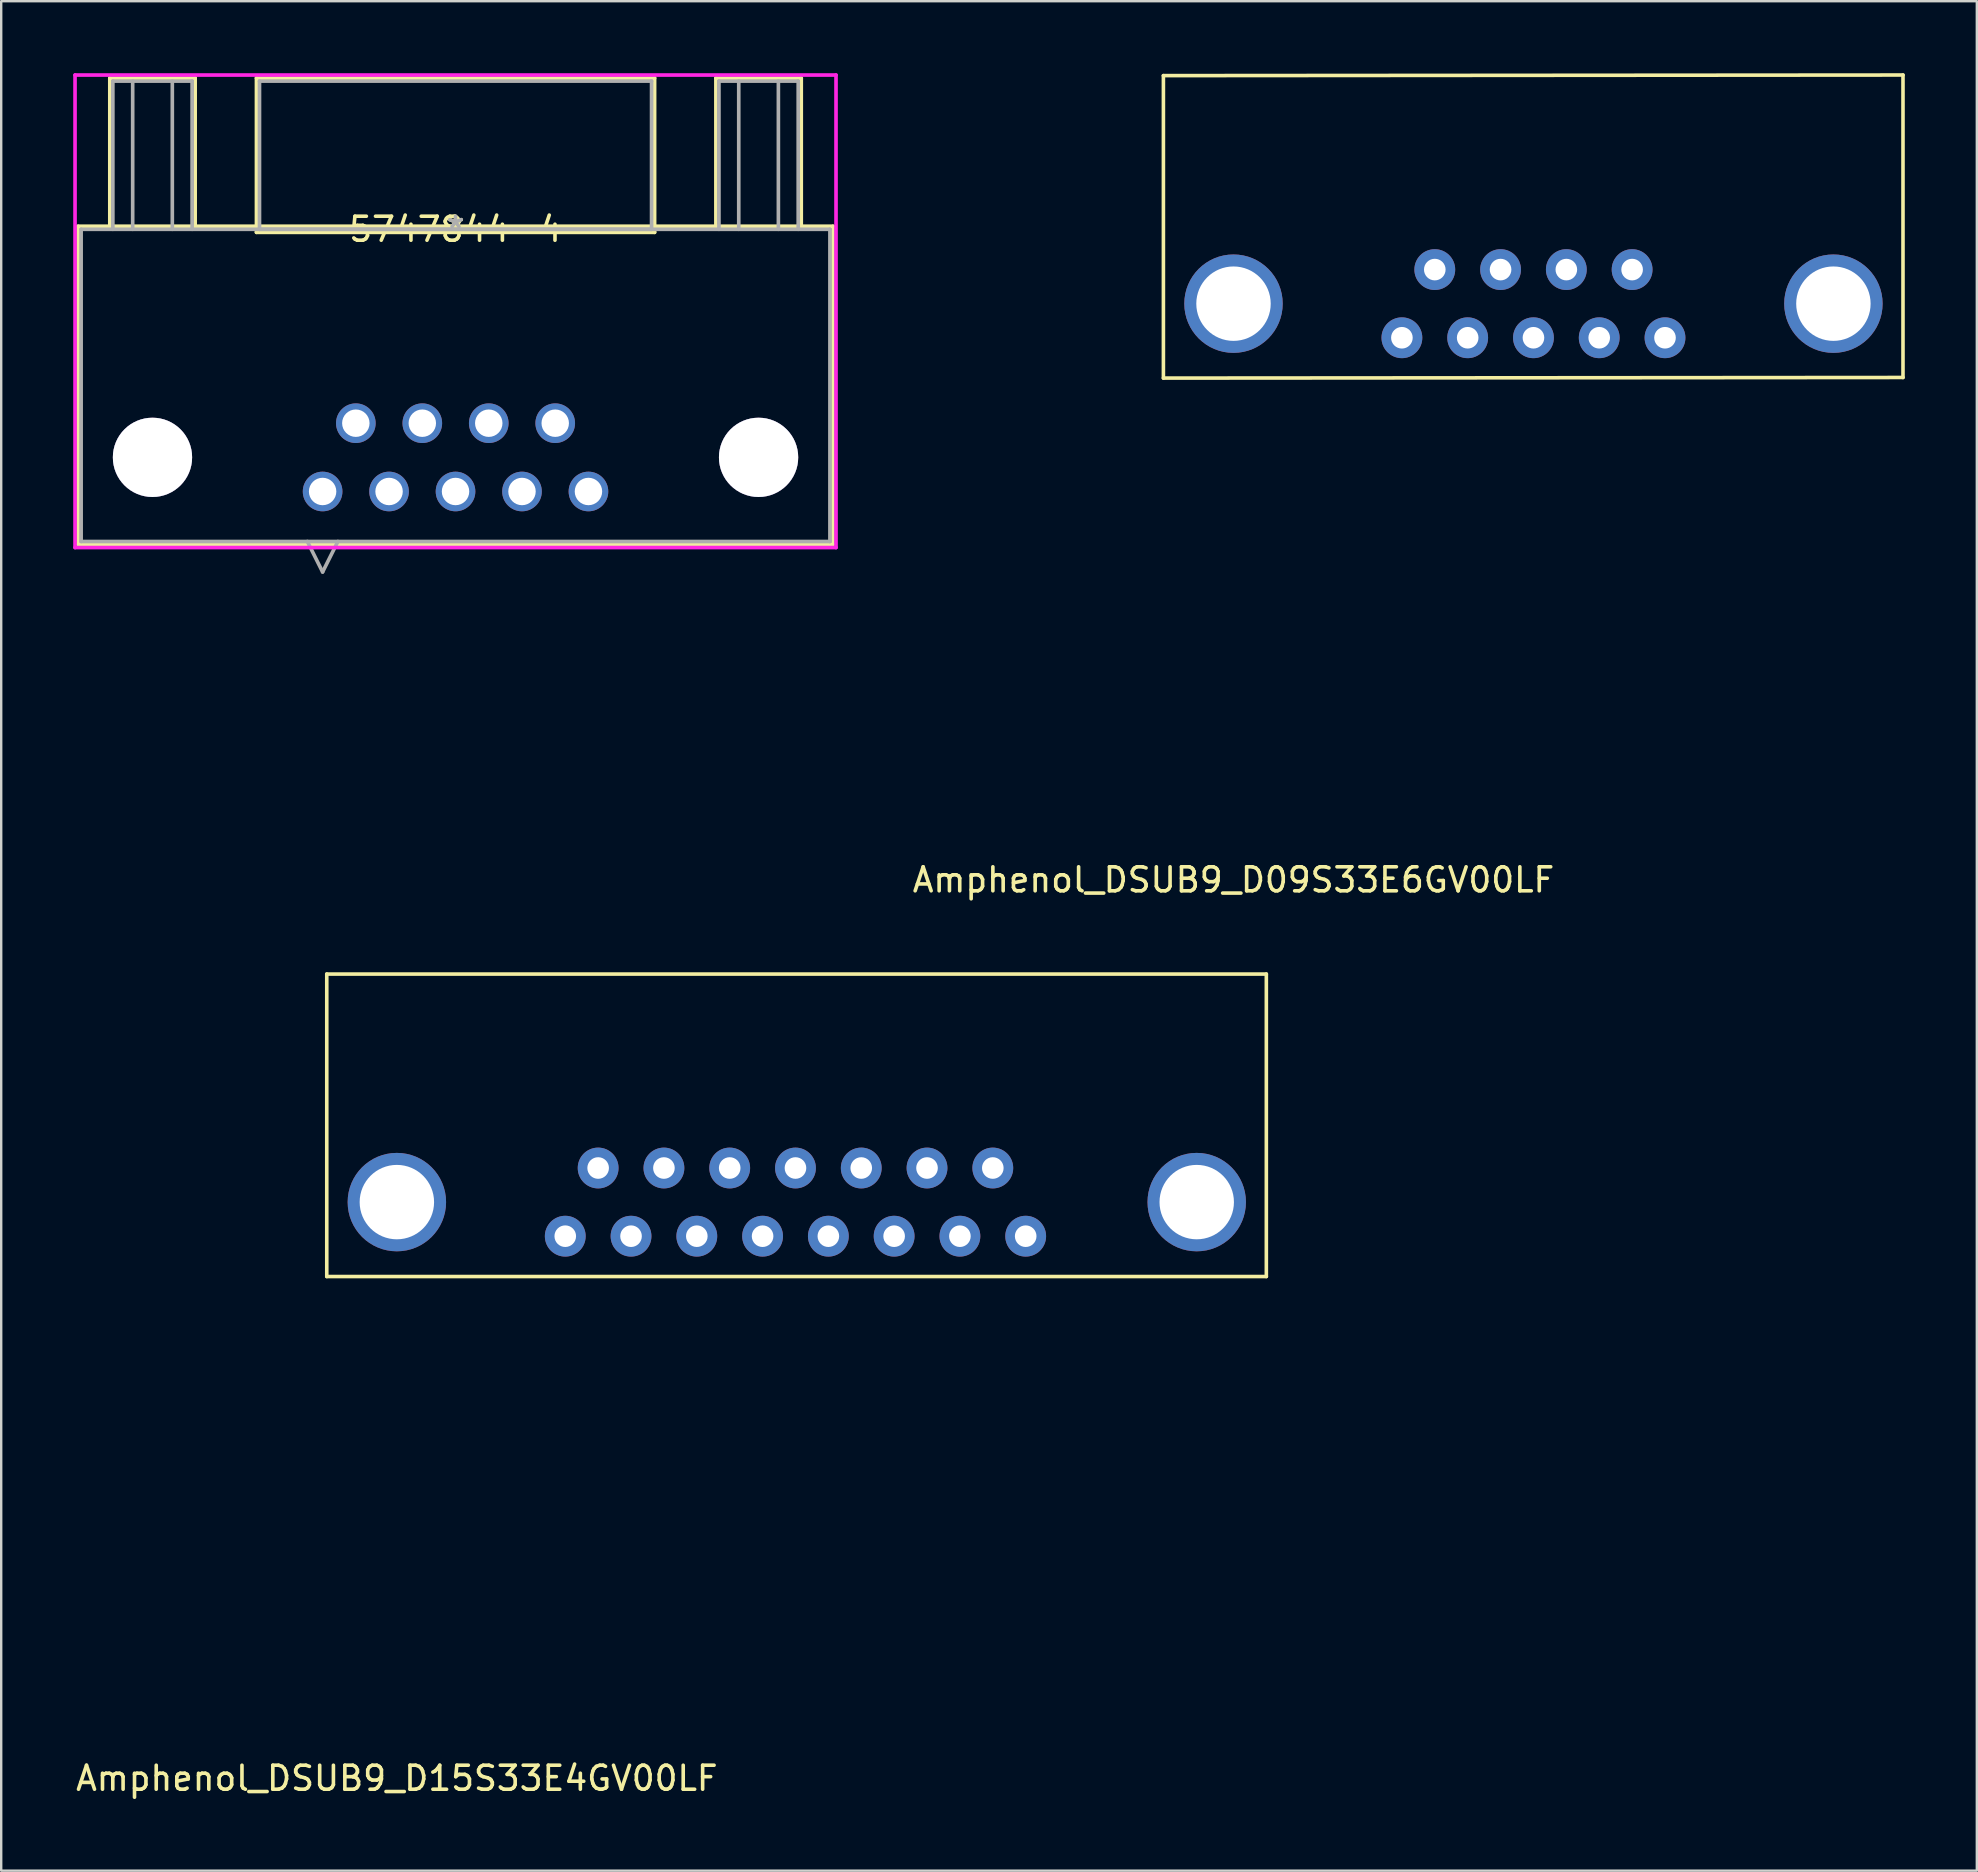
<source format=kicad_pcb>
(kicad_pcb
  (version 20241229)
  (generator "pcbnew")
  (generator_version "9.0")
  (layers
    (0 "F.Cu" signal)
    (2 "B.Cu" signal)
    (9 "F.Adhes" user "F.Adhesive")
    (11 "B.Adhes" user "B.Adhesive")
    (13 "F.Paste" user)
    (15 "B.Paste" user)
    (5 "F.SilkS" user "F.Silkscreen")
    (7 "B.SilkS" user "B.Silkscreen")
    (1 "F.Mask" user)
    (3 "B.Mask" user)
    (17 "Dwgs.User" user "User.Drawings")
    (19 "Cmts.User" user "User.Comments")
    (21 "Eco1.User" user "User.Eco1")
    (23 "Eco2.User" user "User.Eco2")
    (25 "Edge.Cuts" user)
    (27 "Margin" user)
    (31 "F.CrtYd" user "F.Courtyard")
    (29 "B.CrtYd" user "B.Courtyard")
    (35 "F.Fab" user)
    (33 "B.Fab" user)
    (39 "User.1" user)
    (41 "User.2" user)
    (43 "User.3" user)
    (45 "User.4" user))
  (footprint "Amphenol_DSUB9_D09S33E6GV00LF"
    (layer "F.Cu")
    (at 48.334 9.6)
    (property "Reference" "Amphenol_DSUB9_D09S33E6GV00LF" (at 0 24.003 0) (layer "F.SilkS") (effects (font (size 1 1) (thickness 0.15))))
    (attr through_hole)
    (fp_line (start -2.921 -9.5) (end 27.889 -9.525) (stroke (width 0.15) (type solid)) (layer "F.SilkS"))
    (fp_line (start -2.92 -9.5) (end -2.92 3.1) (stroke (width 0.15) (type solid)) (layer "F.SilkS"))
    (fp_line (start -2.92 3.1) (end 27.89 3.075) (stroke (width 0.15) (type solid)) (layer "F.SilkS"))
    (fp_line (start 27.889 -9.525) (end 27.889 3.075) (stroke (width 0.15) (type solid)) (layer "F.SilkS"))
    (pad "" thru_hole circle (at 0 0) (size 4.1 4.1) (drill 3.1) (layers "*.Cu" "*.Mask"))
    (pad "" thru_hole circle (at 24.99 0) (size 4.1 4.1) (drill 3.1) (layers "*.Cu" "*.Mask"))
    (pad "1" thru_hole circle (at 7.015 1.42) (size 1.7 1.7) (drill 0.9) (layers "*.Cu" "*.Mask"))
    (pad "2" thru_hole circle (at 9.755 1.42) (size 1.7 1.7) (drill 0.9) (layers "*.Cu" "*.Mask"))
    (pad "3" thru_hole circle (at 12.495 1.42) (size 1.7 1.7) (drill 0.9) (layers "*.Cu" "*.Mask"))
    (pad "4" thru_hole circle (at 15.235 1.42) (size 1.7 1.7) (drill 0.9) (layers "*.Cu" "*.Mask"))
    (pad "5" thru_hole circle (at 17.975 1.42) (size 1.7 1.7) (drill 0.9) (layers "*.Cu" "*.Mask"))
    (pad "6" thru_hole circle (at 8.385 -1.42) (size 1.7 1.7) (drill 0.9) (layers "*.Cu" "*.Mask"))
    (pad "7" thru_hole circle (at 11.125 -1.42) (size 1.7 1.7) (drill 0.9) (layers "*.Cu" "*.Mask"))
    (pad "8" thru_hole circle (at 13.865 -1.42) (size 1.7 1.7) (drill 0.9) (layers "*.Cu" "*.Mask"))
    (pad "9" thru_hole circle (at 16.605 -1.42) (size 1.7 1.7) (drill 0.9) (layers "*.Cu" "*.Mask")))
  (footprint "5747844-4"
    (layer "F.Cu")
    (at 15.926 6.502)
    (property "Reference" "5747844-4" (at 0 0 0) (layer "F.SilkS") (effects (font (size 1 1) (thickness 0.15))))
    (attr through_hole)
    (fp_line (start -15.723 -0.127) (end -15.723 13.132) (stroke (width 0.152) (type solid)) (layer "F.SilkS"))
    (fp_line (start -15.723 13.132) (end 15.723 13.132) (stroke (width 0.152) (type solid)) (layer "F.SilkS"))
    (fp_line (start -14.402 -6.299) (end -10.846 -6.299) (stroke (width 0.152) (type solid)) (layer "F.SilkS"))
    (fp_line (start -14.402 -0.127) (end -14.402 -6.299) (stroke (width 0.152) (type solid)) (layer "F.SilkS"))
    (fp_line (start -10.846 -6.299) (end -10.846 -0.127) (stroke (width 0.152) (type solid)) (layer "F.SilkS"))
    (fp_line (start -8.293 -6.299) (end -8.293 0.127) (stroke (width 0.152) (type solid)) (layer "F.SilkS"))
    (fp_line (start -8.293 0.127) (end 8.293 0.127) (stroke (width 0.152) (type solid)) (layer "F.SilkS"))
    (fp_line (start 8.293 -6.299) (end -8.293 -6.299) (stroke (width 0.152) (type solid)) (layer "F.SilkS"))
    (fp_line (start 8.293 0.127) (end 8.293 -6.299) (stroke (width 0.152) (type solid)) (layer "F.SilkS"))
    (fp_line (start 10.846 -6.299) (end 14.402 -6.299) (stroke (width 0.152) (type solid)) (layer "F.SilkS"))
    (fp_line (start 10.846 -0.127) (end 10.846 -6.299) (stroke (width 0.152) (type solid)) (layer "F.SilkS"))
    (fp_line (start 14.402 -6.299) (end 14.402 -0.127) (stroke (width 0.152) (type solid)) (layer "F.SilkS"))
    (fp_line (start 15.723 -0.127) (end -15.723 -0.127) (stroke (width 0.152) (type solid)) (layer "F.SilkS"))
    (fp_line (start 15.723 13.132) (end 15.723 -0.127) (stroke (width 0.152) (type solid)) (layer "F.SilkS"))
    (fp_line (start -15.85 -6.426) (end -15.85 13.259) (stroke (width 0.152) (type solid)) (layer "F.CrtYd"))
    (fp_line (start -15.85 13.259) (end 15.85 13.259) (stroke (width 0.152) (type solid)) (layer "F.CrtYd"))
    (fp_line (start 15.85 -6.426) (end -15.85 -6.426) (stroke (width 0.152) (type solid)) (layer "F.CrtYd"))
    (fp_line (start 15.85 13.259) (end 15.85 -6.426) (stroke (width 0.152) (type solid)) (layer "F.CrtYd"))
    (fp_line (start -15.596 0) (end -15.596 13.005) (stroke (width 0.152) (type solid)) (layer "F.Fab"))
    (fp_line (start -15.596 13.005) (end 15.596 13.005) (stroke (width 0.152) (type solid)) (layer "F.Fab"))
    (fp_line (start -14.275 -6.172) (end -10.973 -6.172) (stroke (width 0.152) (type solid)) (layer "F.Fab"))
    (fp_line (start -14.275 0) (end -14.275 -6.172) (stroke (width 0.152) (type solid)) (layer "F.Fab"))
    (fp_line (start -13.449 0) (end -13.449 -6.172) (stroke (width 0.152) (type solid)) (layer "F.Fab"))
    (fp_line (start -11.798 -6.172) (end -11.798 0) (stroke (width 0.152) (type solid)) (layer "F.Fab"))
    (fp_line (start -10.973 -6.172) (end -10.973 0) (stroke (width 0.152) (type solid)) (layer "F.Fab"))
    (fp_line (start -8.166 -6.172) (end -8.166 0) (stroke (width 0.152) (type solid)) (layer "F.Fab"))
    (fp_line (start -8.166 0) (end 8.166 0) (stroke (width 0.152) (type solid)) (layer "F.Fab"))
    (fp_line (start -6.172 13.005) (end -5.537 14.275) (stroke (width 0.152) (type solid)) (layer "F.Fab"))
    (fp_line (start -4.902 13.005) (end -5.537 14.275) (stroke (width 0.152) (type solid)) (layer "F.Fab"))
    (fp_line (start 8.166 -6.172) (end -8.166 -6.172) (stroke (width 0.152) (type solid)) (layer "F.Fab"))
    (fp_line (start 8.166 0) (end 8.166 -6.172) (stroke (width 0.152) (type solid)) (layer "F.Fab"))
    (fp_line (start 10.973 -6.172) (end 14.275 -6.172) (stroke (width 0.152) (type solid)) (layer "F.Fab"))
    (fp_line (start 10.973 0) (end 10.973 -6.172) (stroke (width 0.152) (type solid)) (layer "F.Fab"))
    (fp_line (start 11.798 0) (end 11.798 -6.172) (stroke (width 0.152) (type solid)) (layer "F.Fab"))
    (fp_line (start 13.449 -6.172) (end 13.449 0) (stroke (width 0.152) (type solid)) (layer "F.Fab"))
    (fp_line (start 14.275 -6.172) (end 14.275 0) (stroke (width 0.152) (type solid)) (layer "F.Fab"))
    (fp_line (start 15.596 0) (end -15.596 0) (stroke (width 0.152) (type solid)) (layer "F.Fab"))
    (fp_line (start 15.596 13.005) (end 15.596 0) (stroke (width 0.152) (type solid)) (layer "F.Fab"))
    (fp_text user "*" (at 0 0 0) (layer "F.SilkS") (effects (font (size 1 1) (thickness 0.15))))
    (fp_text user "Copyright 2016 Accelerated Designs. All rights reserved." (at 0 0 0) (layer "Cmts.User") (effects (font (size 0.127 0.127) (thickness 0.002))))
    (fp_text user "*" (at 0 0 0) (layer "F.Fab") (effects (font (size 1 1) (thickness 0.15))))
    (pad "1" thru_hole circle (at -5.537 10.922) (size 1.651 1.651) (drill 1.143) (layers "*.Cu" "*.Mask"))
    (pad "2" thru_hole circle (at -2.769 10.922) (size 1.651 1.651) (drill 1.143) (layers "*.Cu" "*.Mask"))
    (pad "3" thru_hole circle (at 0 10.922) (size 1.651 1.651) (drill 1.143) (layers "*.Cu" "*.Mask"))
    (pad "4" thru_hole circle (at 2.769 10.922) (size 1.651 1.651) (drill 1.143) (layers "*.Cu" "*.Mask"))
    (pad "5" thru_hole circle (at 5.537 10.922) (size 1.651 1.651) (drill 1.143) (layers "*.Cu" "*.Mask"))
    (pad "6" thru_hole circle (at -4.153 8.077) (size 1.651 1.651) (drill 1.143) (layers "*.Cu" "*.Mask"))
    (pad "7" thru_hole circle (at -1.384 8.077) (size 1.651 1.651) (drill 1.143) (layers "*.Cu" "*.Mask"))
    (pad "8" thru_hole circle (at 1.384 8.077) (size 1.651 1.651) (drill 1.143) (layers "*.Cu" "*.Mask"))
    (pad "9" thru_hole circle (at 4.153 8.077) (size 1.651 1.651) (drill 1.143) (layers "*.Cu" "*.Mask"))
    (pad "10" thru_hole circle (at -12.624 9.5) (size 3.302 3.302) (drill 3.302) (layers "*.Cu" "*.Mask"))
    (pad "11" thru_hole circle (at 12.624 9.5) (size 3.302 3.302) (drill 3.302) (layers "*.Cu" "*.Mask")))
  (footprint "Amphenol_DSUB9_D15S33E4GV00LF"
    (layer "F.Cu")
    (at 13.482 47.026)
    (property "Reference" "Amphenol_DSUB9_D15S33E4GV00LF" (at 0 24.003 0) (layer "F.SilkS") (effects (font (size 1 1) (thickness 0.15))))
    (attr through_hole)
    (fp_line (start -2.92 -9.5) (end -2.92 3.1) (stroke (width 0.15) (type solid)) (layer "F.SilkS"))
    (fp_line (start -2.92 -9.5) (end 36.22 -9.5) (stroke (width 0.15) (type solid)) (layer "F.SilkS"))
    (fp_line (start -2.92 3.1) (end 36.22 3.1) (stroke (width 0.15) (type solid)) (layer "F.SilkS"))
    (fp_line (start 36.22 -9.5) (end 36.22 3.1) (stroke (width 0.15) (type solid)) (layer "F.SilkS"))
    (pad "" thru_hole circle (at 0 0) (size 4.1 4.1) (drill 3.1) (layers "*.Cu" "*.Mask"))
    (pad "" thru_hole circle (at 33.32 0) (size 4.1 4.1) (drill 3.1) (layers "*.Cu" "*.Mask"))
    (pad "1" thru_hole circle (at 7.015 1.42) (size 1.7 1.7) (drill 0.9) (layers "*.Cu" "*.Mask"))
    (pad "2" thru_hole circle (at 9.755 1.42) (size 1.7 1.7) (drill 0.9) (layers "*.Cu" "*.Mask"))
    (pad "3" thru_hole circle (at 12.495 1.42) (size 1.7 1.7) (drill 0.9) (layers "*.Cu" "*.Mask"))
    (pad "4" thru_hole circle (at 15.235 1.42) (size 1.7 1.7) (drill 0.9) (layers "*.Cu" "*.Mask"))
    (pad "5" thru_hole circle (at 17.975 1.42) (size 1.7 1.7) (drill 0.9) (layers "*.Cu" "*.Mask"))
    (pad "6" thru_hole circle (at 20.715 1.42) (size 1.7 1.7) (drill 0.9) (layers "*.Cu" "*.Mask"))
    (pad "7" thru_hole circle (at 23.455 1.42) (size 1.7 1.7) (drill 0.9) (layers "*.Cu" "*.Mask"))
    (pad "8" thru_hole circle (at 26.195 1.42) (size 1.7 1.7) (drill 0.9) (layers "*.Cu" "*.Mask"))
    (pad "9" thru_hole circle (at 8.385 -1.42) (size 1.7 1.7) (drill 0.9) (layers "*.Cu" "*.Mask"))
    (pad "10" thru_hole circle (at 11.125 -1.42) (size 1.7 1.7) (drill 0.9) (layers "*.Cu" "*.Mask"))
    (pad "11" thru_hole circle (at 13.865 -1.42) (size 1.7 1.7) (drill 0.9) (layers "*.Cu" "*.Mask"))
    (pad "12" thru_hole circle (at 16.605 -1.42) (size 1.7 1.7) (drill 0.9) (layers "*.Cu" "*.Mask"))
    (pad "13" thru_hole circle (at 19.345 -1.42) (size 1.7 1.7) (drill 0.9) (layers "*.Cu" "*.Mask"))
    (pad "14" thru_hole circle (at 22.085 -1.42) (size 1.7 1.7) (drill 0.9) (layers "*.Cu" "*.Mask"))
    (pad "15" thru_hole circle (at 24.825 -1.42) (size 1.7 1.7) (drill 0.9) (layers "*.Cu" "*.Mask")))
  (gr_rect
    (start -3 -3)
    (end 79.299 74.877)
    (stroke (width 0.1) (type default))
    (fill no)
    (layer "Edge.Cuts")))
</source>
